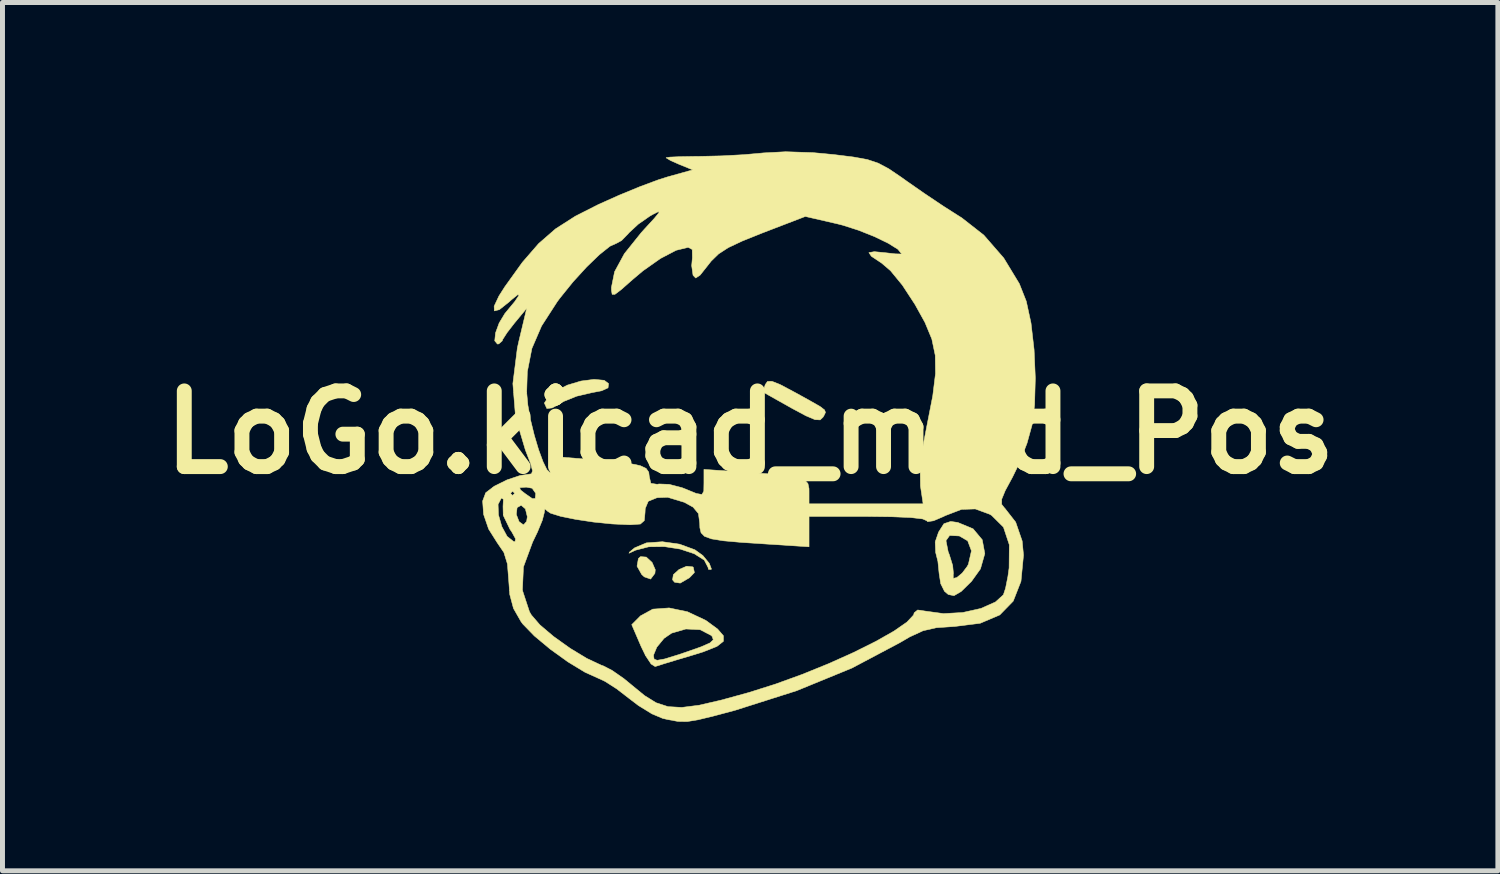
<source format=kicad_pcb>
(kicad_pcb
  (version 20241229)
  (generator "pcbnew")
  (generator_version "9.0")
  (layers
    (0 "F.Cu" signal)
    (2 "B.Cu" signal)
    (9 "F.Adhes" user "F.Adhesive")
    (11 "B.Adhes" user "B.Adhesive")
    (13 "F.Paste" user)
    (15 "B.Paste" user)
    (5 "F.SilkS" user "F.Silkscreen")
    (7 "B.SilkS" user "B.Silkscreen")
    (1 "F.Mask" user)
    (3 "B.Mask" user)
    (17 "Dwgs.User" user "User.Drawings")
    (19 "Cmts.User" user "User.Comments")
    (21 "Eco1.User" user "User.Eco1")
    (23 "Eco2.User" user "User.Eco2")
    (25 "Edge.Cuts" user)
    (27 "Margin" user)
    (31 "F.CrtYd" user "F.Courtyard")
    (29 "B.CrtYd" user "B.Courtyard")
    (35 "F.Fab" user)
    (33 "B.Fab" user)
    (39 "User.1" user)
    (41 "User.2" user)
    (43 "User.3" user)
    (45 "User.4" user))
  (footprint "LoGo.kicad_mod_Pos"
    (layer "F.Cu")
    (at 12.054 5.655)
    (property "Reference" "LoGo.kicad_mod_Pos" (at 0 0 0) (layer "F.SilkS") (effects (font (size 1.524 1.524) (thickness 0.3))))
    (attr through_hole)
    (fp_poly (pts (xy -2.092 2.511) (xy -1.975 2.619) (xy -1.911 2.765) (xy -1.918 2.839) (xy -2.005 2.954) (xy -2.131 2.91) (xy -2.184 2.862) (xy -2.278 2.694) (xy -2.251 2.541) (xy -2.208 2.502) (xy -2.092 2.511)) (stroke (width 0.01) (type solid)) (fill yes) (layer "F.SilkS"))
    (fp_poly (pts (xy -1.156 2.708) (xy -1.146 2.716) (xy -1.123 2.823) (xy -1.223 2.927) (xy -1.408 3.035) (xy -1.522 3.018) (xy -1.563 2.969) (xy -1.547 2.865) (xy -1.432 2.761) (xy -1.28 2.695) (xy -1.156 2.708)) (stroke (width 0.01) (type solid)) (fill yes) (layer "F.SilkS"))
    (fp_poly (pts (xy -2.939 -1.048) (xy -2.851 -0.982) (xy -2.862 -0.896) (xy -2.991 -0.837) (xy -3.201 -0.797) (xy -3.494 -0.728) (xy -3.754 -0.623) (xy -3.82 -0.584) (xy -3.987 -0.492) (xy -4.092 -0.48) (xy -4.095 -0.482) (xy -4.144 -0.59) (xy -4.063 -0.714) (xy -3.916 -0.83) (xy -3.681 -0.951) (xy -3.407 -1.033) (xy -3.143 -1.067) (xy -2.939 -1.048)) (stroke (width 0.01) (type solid)) (fill yes) (layer "F.SilkS"))
    (fp_poly (pts (xy -1.422 2.251) (xy -1.114 2.364) (xy -0.953 2.48) (xy -0.823 2.638) (xy -0.781 2.749) (xy -0.788 2.763) (xy -0.842 2.757) (xy -0.847 2.722) (xy -0.924 2.572) (xy -1.126 2.444) (xy -1.409 2.35) (xy -1.729 2.3) (xy -2.043 2.304) (xy -2.306 2.372) (xy -2.313 2.375) (xy -2.44 2.434) (xy -2.428 2.409) (xy -2.328 2.326) (xy -2.09 2.225) (xy -1.768 2.202) (xy -1.422 2.251)) (stroke (width 0.01) (type solid)) (fill yes) (layer "F.SilkS"))
    (fp_poly (pts (xy 0.604 -0.962) (xy 0.877 -0.817) (xy 0.92 -0.794) (xy 1.225 -0.625) (xy 1.41 -0.519) (xy 1.498 -0.451) (xy 1.516 -0.401) (xy 1.489 -0.344) (xy 1.467 -0.306) (xy 1.409 -0.251) (xy 1.305 -0.256) (xy 1.123 -0.333) (xy 0.845 -0.482) (xy 0.578 -0.632) (xy 0.375 -0.746) (xy 0.277 -0.803) (xy 0.273 -0.805) (xy 0.279 -0.886) (xy 0.304 -0.963) (xy 0.349 -1.026) (xy 0.438 -1.028) (xy 0.604 -0.962)) (stroke (width 0.01) (type solid)) (fill yes) (layer "F.SilkS"))
    (fp_poly (pts (xy 4.18 1.814) (xy 4.488 1.942) (xy 4.672 2.162) (xy 4.724 2.441) (xy 4.636 2.749) (xy 4.456 3) (xy 4.248 3.204) (xy 4.104 3.288) (xy 3.989 3.265) (xy 3.912 3.2) (xy 3.836 3.047) (xy 3.804 2.841) (xy 3.779 2.596) (xy 3.734 2.418) (xy 3.725 2.207) (xy 3.734 2.18) (xy 3.942 2.18) (xy 3.986 2.403) (xy 4.009 2.462) (xy 4.077 2.681) (xy 4.092 2.842) (xy 4.088 2.858) (xy 4.088 2.94) (xy 4.161 2.923) (xy 4.268 2.834) (xy 4.37 2.699) (xy 4.394 2.653) (xy 4.455 2.385) (xy 4.379 2.184) (xy 4.211 2.086) (xy 4.016 2.076) (xy 3.942 2.18) (xy 3.734 2.18) (xy 3.793 2.008) (xy 3.901 1.839) (xy 4.037 1.794) (xy 4.18 1.814)) (stroke (width 0.01) (type solid)) (fill yes) (layer "F.SilkS"))
    (fp_poly (pts (xy -1.263 3.612) (xy -0.893 3.786) (xy -0.656 3.96) (xy -0.539 4.095) (xy -0.539 4.207) (xy -0.67 4.31) (xy -0.947 4.42) (xy -1.164 4.487) (xy -1.483 4.582) (xy -1.743 4.661) (xy -1.897 4.71) (xy -1.914 4.715) (xy -1.995 4.664) (xy -2.106 4.496) (xy -1.947 4.496) (xy -1.934 4.566) (xy -1.872 4.589) (xy -1.73 4.564) (xy -1.475 4.486) (xy -1.304 4.429) (xy -0.988 4.318) (xy -0.809 4.239) (xy -0.743 4.176) (xy -0.765 4.111) (xy -0.786 4.088) (xy -1.008 3.973) (xy -1.295 3.959) (xy -1.581 4.042) (xy -1.734 4.147) (xy -1.88 4.325) (xy -1.947 4.486) (xy -1.947 4.496) (xy -2.106 4.496) (xy -2.107 4.494) (xy -2.196 4.311) (xy -2.385 3.872) (xy -2.208 3.694) (xy -1.961 3.559) (xy -1.633 3.535) (xy -1.263 3.612)) (stroke (width 0.01) (type solid)) (fill yes) (layer "F.SilkS"))
    (fp_poly (pts (xy 1.266 -5.632) (xy 1.682 -5.593) (xy 2.078 -5.544) (xy 2.359 -5.493) (xy 2.578 -5.42) (xy 2.79 -5.307) (xy 3.047 -5.133) (xy 3.157 -5.054) (xy 3.512 -4.807) (xy 3.888 -4.555) (xy 4.213 -4.348) (xy 4.257 -4.321) (xy 4.703 -3.972) (xy 5.105 -3.51) (xy 5.419 -2.993) (xy 5.559 -2.639) (xy 5.654 -2.201) (xy 5.716 -1.664) (xy 5.741 -1.093) (xy 5.726 -0.555) (xy 5.677 -0.155) (xy 5.574 0.218) (xy 5.416 0.627) (xy 5.283 0.899) (xy 5.134 1.175) (xy 5.064 1.346) (xy 5.063 1.449) (xy 5.121 1.523) (xy 5.127 1.528) (xy 5.345 1.807) (xy 5.476 2.187) (xy 5.503 2.472) (xy 5.452 3) (xy 5.296 3.398) (xy 5.025 3.676) (xy 4.63 3.844) (xy 4.102 3.91) (xy 4.091 3.91) (xy 3.748 3.933) (xy 3.481 3.994) (xy 3.21 4.119) (xy 3.01 4.236) (xy 2.047 4.746) (xy 0.937 5.201) (xy -0.305 5.596) (xy -0.732 5.71) (xy -1.051 5.787) (xy -1.27 5.823) (xy -1.454 5.82) (xy -1.665 5.781) (xy -1.761 5.759) (xy -1.979 5.667) (xy -2.25 5.5) (xy -2.439 5.356) (xy -2.689 5.163) (xy -2.922 5.014) (xy -3.049 4.955) (xy -3.326 4.83) (xy -3.67 4.621) (xy -4.027 4.364) (xy -4.346 4.098) (xy -4.577 3.86) (xy -4.613 3.812) (xy -4.766 3.544) (xy -4.841 3.263) (xy -4.847 3.179) (xy -4.586 3.179) (xy -4.444 3.611) (xy -4.405 3.678) (xy -4.234 3.876) (xy -3.958 4.11) (xy -3.628 4.346) (xy -3.292 4.55) (xy -3 4.687) (xy -2.963 4.699) (xy -2.783 4.791) (xy -2.543 4.958) (xy -2.379 5.093) (xy -2.125 5.301) (xy -1.894 5.444) (xy -1.655 5.522) (xy -1.377 5.538) (xy -1.03 5.494) (xy -0.584 5.391) (xy -0.021 5.236) (xy 0.507 5.069) (xy 1.05 4.872) (xy 1.584 4.655) (xy 2.085 4.43) (xy 2.53 4.208) (xy 2.895 4.001) (xy 3.156 3.82) (xy 3.29 3.677) (xy 3.302 3.633) (xy 3.372 3.576) (xy 3.535 3.6) (xy 3.892 3.649) (xy 4.28 3.627) (xy 4.646 3.545) (xy 4.94 3.414) (xy 5.098 3.27) (xy 5.142 3.137) (xy 5.189 2.9) (xy 5.213 2.73) (xy 5.217 2.263) (xy 5.099 1.908) (xy 4.859 1.67) (xy 4.818 1.647) (xy 4.532 1.542) (xy 4.255 1.551) (xy 3.926 1.677) (xy 3.891 1.695) (xy 3.692 1.78) (xy 3.572 1.798) (xy 3.556 1.78) (xy 3.473 1.743) (xy 3.234 1.715) (xy 2.849 1.699) (xy 2.371 1.693) (xy 1.185 1.693) (xy 1.185 2.304) (xy 0.318 2.248) (xy -0.184 2.215) (xy -0.541 2.183) (xy -0.777 2.145) (xy -0.919 2.094) (xy -0.989 2.022) (xy -1.013 1.921) (xy -1.016 1.829) (xy -1.042 1.635) (xy -1.149 1.506) (xy -1.324 1.409) (xy -1.661 1.307) (xy -1.874 1.315) (xy -2.052 1.387) (xy -2.113 1.533) (xy -2.117 1.615) (xy -2.132 1.777) (xy -2.211 1.846) (xy -2.403 1.86) (xy -2.434 1.86) (xy -2.78 1.844) (xy -3.154 1.806) (xy -3.512 1.752) (xy -3.814 1.691) (xy -4.018 1.628) (xy -4.079 1.588) (xy -4.134 1.54) (xy -4.147 1.622) (xy -4.185 1.77) (xy -4.283 2.007) (xy -4.381 2.21) (xy -4.565 2.709) (xy -4.586 3.179) (xy -4.847 3.179) (xy -4.862 2.976) (xy -4.888 2.648) (xy -4.959 2.418) (xy -5.094 2.22) (xy -5.266 1.947) (xy -5.368 1.65) (xy -5.382 1.45) (xy -5.076 1.45) (xy -5.068 1.661) (xy -5.001 1.896) (xy -4.894 2.094) (xy -4.764 2.197) (xy -4.734 2.201) (xy -4.724 2.143) (xy -4.803 1.999) (xy -4.835 1.954) (xy -4.971 1.672) (xy -4.972 1.652) (xy -4.709 1.652) (xy -4.653 1.798) (xy -4.563 1.863) (xy -4.501 1.792) (xy -4.487 1.698) (xy -4.526 1.54) (xy -4.611 1.468) (xy -4.693 1.515) (xy -4.709 1.652) (xy -4.972 1.652) (xy -4.976 1.491) (xy -4.969 1.348) (xy -5.008 1.32) (xy -5.076 1.45) (xy -5.382 1.45) (xy -5.387 1.383) (xy -5.329 1.228) (xy -4.826 1.228) (xy -4.784 1.27) (xy -4.741 1.228) (xy -4.784 1.185) (xy -4.826 1.228) (xy -5.329 1.228) (xy -5.325 1.216) (xy -5.19 1.113) (xy -4.641 1.113) (xy -4.624 1.16) (xy -4.535 1.23) (xy -4.386 1.334) (xy -4.328 1.331) (xy -4.318 1.228) (xy -4.39 1.125) (xy -4.508 1.103) (xy -4.641 1.113) (xy -5.19 1.113) (xy -5.154 1.085) (xy -4.896 0.957) (xy -4.63 0.868) (xy -4.483 0.847) (xy -4.404 0.835) (xy -4.382 0.775) (xy -4.42 0.632) (xy -4.521 0.369) (xy -4.525 0.36) (xy -4.724 -0.31) (xy -4.764 -0.804) (xy -4.5 -0.804) (xy -4.476 -0.547) (xy -4.422 -0.25) (xy -4.347 0.057) (xy -4.261 0.346) (xy -4.172 0.588) (xy -4.092 0.752) (xy -4.029 0.81) (xy -3.994 0.732) (xy -3.994 0.73) (xy -3.966 0.486) (xy -3.234 0.545) (xy -2.759 0.587) (xy -2.427 0.626) (xy -2.215 0.67) (xy -2.095 0.726) (xy -2.042 0.802) (xy -2.032 0.888) (xy -2 1.026) (xy -1.873 1.046) (xy -1.835 1.039) (xy -1.63 1.047) (xy -1.372 1.114) (xy -1.316 1.136) (xy -1.086 1.23) (xy -0.972 1.251) (xy -0.934 1.185) (xy -0.931 1.018) (xy -0.931 1.008) (xy -0.931 0.746) (xy -0.106 0.801) (xy 0.387 0.836) (xy 0.735 0.869) (xy 0.964 0.907) (xy 1.098 0.959) (xy 1.163 1.031) (xy 1.184 1.131) (xy 1.185 1.192) (xy 1.185 1.439) (xy 3.482 1.439) (xy 3.428 1.079) (xy 3.423 0.74) (xy 3.483 0.254) (xy 3.565 -0.169) (xy 3.676 -0.736) (xy 3.731 -1.183) (xy 3.726 -1.55) (xy 3.657 -1.88) (xy 3.519 -2.213) (xy 3.319 -2.574) (xy 3.064 -2.964) (xy 2.825 -3.255) (xy 2.646 -3.408) (xy 2.44 -3.545) (xy 2.39 -3.619) (xy 2.499 -3.638) (xy 2.709 -3.618) (xy 2.921 -3.594) (xy 3.039 -3.591) (xy 3.048 -3.595) (xy 2.974 -3.686) (xy 2.778 -3.808) (xy 2.501 -3.942) (xy 2.182 -4.069) (xy 1.863 -4.171) (xy 1.761 -4.197) (xy 1.11 -4.347) (xy 0.246 -4.015) (xy -0.16 -3.852) (xy -0.442 -3.719) (xy -0.637 -3.592) (xy -0.784 -3.449) (xy -0.858 -3.355) (xy -1.008 -3.166) (xy -1.097 -3.107) (xy -1.15 -3.162) (xy -1.151 -3.166) (xy -1.178 -3.356) (xy -1.164 -3.515) (xy -1.167 -3.682) (xy -1.248 -3.725) (xy -1.49 -3.666) (xy -1.806 -3.501) (xy -2.158 -3.253) (xy -2.374 -3.071) (xy -2.597 -2.874) (xy -2.723 -2.779) (xy -2.779 -2.778) (xy -2.793 -2.86) (xy -2.794 -2.917) (xy -2.73 -3.234) (xy -2.533 -3.597) (xy -2.194 -4.02) (xy -2.129 -4.092) (xy -1.928 -4.311) (xy -1.836 -4.424) (xy -1.846 -4.445) (xy -1.951 -4.393) (xy -2.02 -4.354) (xy -2.253 -4.192) (xy -2.442 -4.017) (xy -2.455 -4) (xy -2.59 -3.862) (xy -2.685 -3.81) (xy -2.824 -3.747) (xy -3.037 -3.577) (xy -3.294 -3.329) (xy -3.567 -3.03) (xy -3.827 -2.708) (xy -3.884 -2.632) (xy -4.2 -2.142) (xy -4.395 -1.69) (xy -4.487 -1.22) (xy -4.5 -0.804) (xy -4.764 -0.804) (xy -4.778 -0.981) (xy -4.688 -1.697) (xy -4.661 -1.82) (xy -4.499 -2.498) (xy -4.745 -2.201) (xy -4.893 -2.01) (xy -4.982 -1.872) (xy -4.993 -1.841) (xy -5.062 -1.781) (xy -5.089 -1.778) (xy -5.143 -1.843) (xy -5.127 -2.002) (xy -5.054 -2.202) (xy -4.94 -2.391) (xy -4.922 -2.413) (xy -4.737 -2.637) (xy -4.655 -2.76) (xy -4.677 -2.774) (xy -4.807 -2.669) (xy -4.851 -2.629) (xy -5.049 -2.471) (xy -5.151 -2.445) (xy -5.155 -2.54) (xy -5.058 -2.746) (xy -4.941 -2.93) (xy -4.587 -3.423) (xy -4.26 -3.8) (xy -3.919 -4.097) (xy -3.519 -4.353) (xy -3.049 -4.591) (xy -2.635 -4.776) (xy -2.217 -4.948) (xy -1.854 -5.083) (xy -1.659 -5.145) (xy -1.157 -5.285) (xy -1.425 -5.394) (xy -1.605 -5.474) (xy -1.692 -5.527) (xy -1.693 -5.53) (xy -1.615 -5.542) (xy -1.407 -5.551) (xy -1.109 -5.556) (xy -0.995 -5.557) (xy -0.571 -5.567) (xy -0.123 -5.591) (xy 0.253 -5.625) (xy 0.262 -5.626) (xy 0.714 -5.65) (xy 1.266 -5.632)) (stroke (width 0.01) (type solid)) (fill yes) (layer "F.SilkS")))
  (gr_rect
    (start -3 -3)
    (end 27.108 14.483)
    (stroke (width 0.1) (type default))
    (fill no)
    (layer "Edge.Cuts")))
</source>
